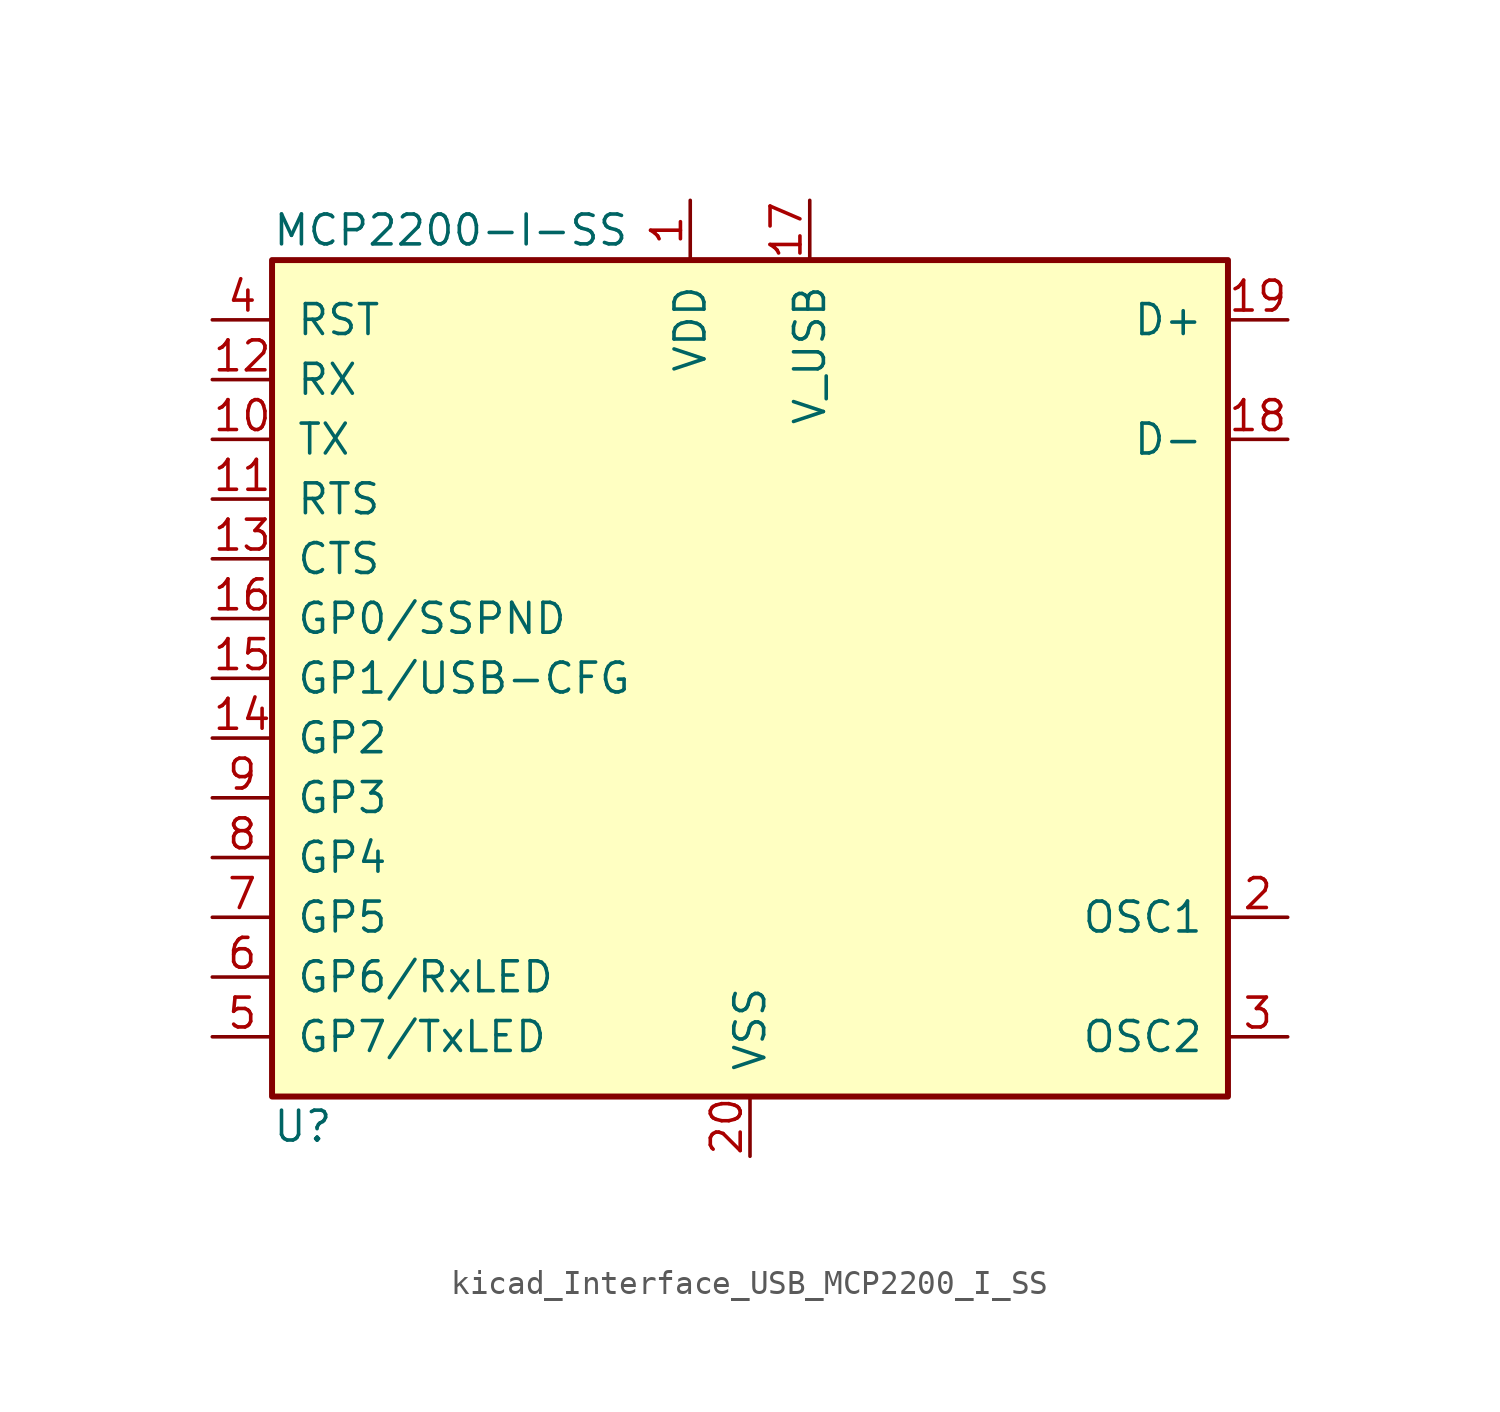
<source format=kicad_sym>
(kicad_symbol_lib
  (version 20220914)
  (generator kicad_symbol_editor)
  (symbol "kicad_Interface_USB_MCP2200_I_SS"
    (pin_names
      (offset 1.016))
    (property "Reference" "U"
      (at -20.32 -19.05 0)
      (effects (font (size 1.27 1.27)) (justify left)))
    (property "Value" "MCP2200-I-SS"
      (at -20.32 19.05 0)
      (effects (font (size 1.27 1.27)) (justify left)))
    (symbol "kicad_Interface_USB_MCP2200_I_SS_0_1"
      (rectangle (start -20.32 17.78) (end 20.32 -17.78) (stroke (width 0.254) (type default)) (fill (type background))))
    (symbol "kicad_Interface_USB_MCP2200_I_SS_1_1"
      (pin power_in line (at -2.54 20.32 270) (length 2.54) (name "VDD" (effects (font (size 1.27 1.27)))) (number "1" (effects (font (size 1.27 1.27)))))
      (pin output line (at -22.86 10.16 0) (length 2.54) (name "TX" (effects (font (size 1.27 1.27)))) (number "10" (effects (font (size 1.27 1.27)))))
      (pin output line (at -22.86 7.62 0) (length 2.54) (name "RTS" (effects (font (size 1.27 1.27)))) (number "11" (effects (font (size 1.27 1.27)))))
      (pin input line (at -22.86 12.7 0) (length 2.54) (name "RX" (effects (font (size 1.27 1.27)))) (number "12" (effects (font (size 1.27 1.27)))))
      (pin input line (at -22.86 5.08 0) (length 2.54) (name "CTS" (effects (font (size 1.27 1.27)))) (number "13" (effects (font (size 1.27 1.27)))))
      (pin bidirectional line (at -22.86 -2.54 0) (length 2.54) (name "GP2" (effects (font (size 1.27 1.27)))) (number "14" (effects (font (size 1.27 1.27)))))
      (pin bidirectional line (at -22.86 0 0) (length 2.54) (name "GP1/USB-CFG" (effects (font (size 1.27 1.27)))) (number "15" (effects (font (size 1.27 1.27)))))
      (pin bidirectional line (at -22.86 2.54 0) (length 2.54) (name "GP0/SSPND" (effects (font (size 1.27 1.27)))) (number "16" (effects (font (size 1.27 1.27)))))
      (pin power_in line (at 2.54 20.32 270) (length 2.54) (name "V_USB" (effects (font (size 1.27 1.27)))) (number "17" (effects (font (size 1.27 1.27)))))
      (pin bidirectional line (at 22.86 10.16 180) (length 2.54) (name "D-" (effects (font (size 1.27 1.27)))) (number "18" (effects (font (size 1.27 1.27)))))
      (pin bidirectional line (at 22.86 15.24 180) (length 2.54) (name "D+" (effects (font (size 1.27 1.27)))) (number "19" (effects (font (size 1.27 1.27)))))
      (pin input line (at 22.86 -10.16 180) (length 2.54) (name "OSC1" (effects (font (size 1.27 1.27)))) (number "2" (effects (font (size 1.27 1.27)))))
      (pin power_in line (at 0 -20.32 90) (length 2.54) (name "VSS" (effects (font (size 1.27 1.27)))) (number "20" (effects (font (size 1.27 1.27)))))
      (pin output line (at 22.86 -15.24 180) (length 2.54) (name "OSC2" (effects (font (size 1.27 1.27)))) (number "3" (effects (font (size 1.27 1.27)))))
      (pin input line (at -22.86 15.24 0) (length 2.54) (name "RST" (effects (font (size 1.27 1.27)))) (number "4" (effects (font (size 1.27 1.27)))))
      (pin bidirectional line (at -22.86 -15.24 0) (length 2.54) (name "GP7/TxLED" (effects (font (size 1.27 1.27)))) (number "5" (effects (font (size 1.27 1.27)))))
      (pin bidirectional line (at -22.86 -12.7 0) (length 2.54) (name "GP6/RxLED" (effects (font (size 1.27 1.27)))) (number "6" (effects (font (size 1.27 1.27)))))
      (pin bidirectional line (at -22.86 -10.16 0) (length 2.54) (name "GP5" (effects (font (size 1.27 1.27)))) (number "7" (effects (font (size 1.27 1.27)))))
      (pin bidirectional line (at -22.86 -7.62 0) (length 2.54) (name "GP4" (effects (font (size 1.27 1.27)))) (number "8" (effects (font (size 1.27 1.27)))))
      (pin bidirectional line (at -22.86 -5.08 0) (length 2.54) (name "GP3" (effects (font (size 1.27 1.27)))) (number "9" (effects (font (size 1.27 1.27))))))))
</source>
